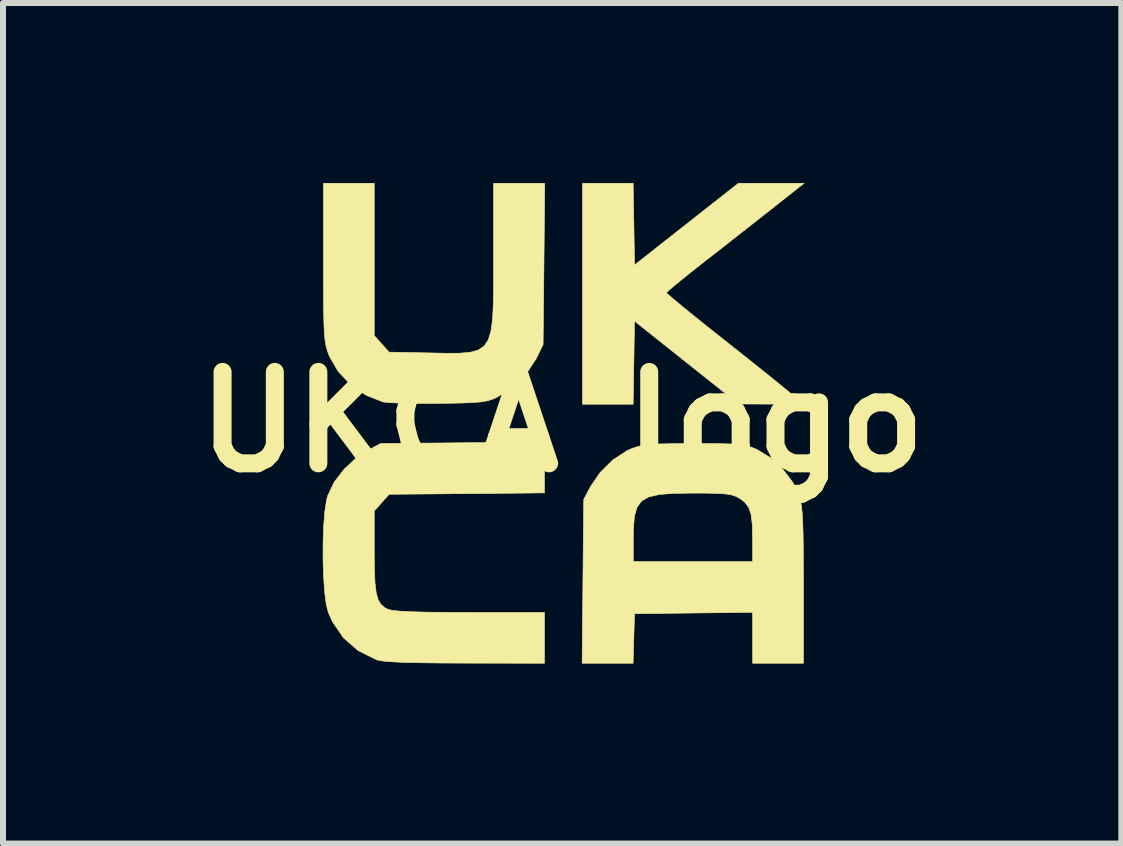
<source format=kicad_pcb>
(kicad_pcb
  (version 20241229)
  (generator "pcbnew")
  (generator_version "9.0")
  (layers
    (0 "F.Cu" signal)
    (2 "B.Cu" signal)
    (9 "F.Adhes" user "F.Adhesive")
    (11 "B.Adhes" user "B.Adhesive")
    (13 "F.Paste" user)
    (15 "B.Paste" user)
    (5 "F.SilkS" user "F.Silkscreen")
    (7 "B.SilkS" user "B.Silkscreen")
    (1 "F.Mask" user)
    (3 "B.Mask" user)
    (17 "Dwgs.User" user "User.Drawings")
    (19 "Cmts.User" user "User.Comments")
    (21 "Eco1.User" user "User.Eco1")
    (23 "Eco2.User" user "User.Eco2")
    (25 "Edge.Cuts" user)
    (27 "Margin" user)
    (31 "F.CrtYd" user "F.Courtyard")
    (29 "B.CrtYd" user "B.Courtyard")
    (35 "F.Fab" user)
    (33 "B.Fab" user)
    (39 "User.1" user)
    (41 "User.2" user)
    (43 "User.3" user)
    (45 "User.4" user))
  (footprint "UKCA logo"
    (layer "F.Cu")
    (at 6.321 3.984)
    (property "Reference" "UKCA logo" (at 0 0 0) (layer "F.SilkS") (effects (font (size 1.524 1.524) (thickness 0.3))))
    (attr through_hole)
    (fp_poly (pts (xy 1.195 -3.298) (xy 1.206 -2.616) (xy 2.072 -3.298) (xy 2.937 -3.979) (xy 4.032 -3.979) (xy 3.482 -3.545) (xy 3.247 -3.36) (xy 2.973 -3.145) (xy 2.69 -2.922) (xy 2.425 -2.716) (xy 2.336 -2.646) (xy 2.144 -2.495) (xy 1.978 -2.361) (xy 1.847 -2.254) (xy 1.764 -2.181) (xy 1.737 -2.153) (xy 1.769 -2.122) (xy 1.86 -2.044) (xy 2.001 -1.927) (xy 2.187 -1.776) (xy 2.408 -1.598) (xy 2.658 -1.4) (xy 2.856 -1.243) (xy 3.121 -1.033) (xy 3.365 -0.838) (xy 3.578 -0.666) (xy 3.753 -0.523) (xy 3.883 -0.415) (xy 3.96 -0.347) (xy 3.977 -0.328) (xy 3.939 -0.316) (xy 3.831 -0.306) (xy 3.671 -0.3) (xy 3.475 -0.298) (xy 3.461 -0.298) (xy 2.942 -0.3) (xy 2.074 -0.991) (xy 1.206 -1.682) (xy 1.183 -0.296) (xy 0.339 -0.296) (xy 0.339 -3.979) (xy 1.183 -3.979) (xy 1.195 -3.298)) (stroke (width 0.01) (type solid)) (fill yes) (layer "F.SilkS"))
    (fp_poly (pts (xy -0.296 1.182) (xy -1.591 1.194) (xy -2.886 1.206) (xy -3.009 1.345) (xy -3.133 1.483) (xy -3.133 2.162) (xy -3.13 2.459) (xy -3.12 2.684) (xy -3.1 2.848) (xy -3.067 2.964) (xy -3.018 3.044) (xy -2.951 3.099) (xy -2.901 3.124) (xy -2.831 3.141) (xy -2.698 3.154) (xy -2.497 3.164) (xy -2.225 3.171) (xy -1.877 3.174) (xy -1.543 3.175) (xy -0.296 3.175) (xy -0.296 4.022) (xy -1.619 4.02) (xy -2.033 4.018) (xy -2.369 4.014) (xy -2.634 4.008) (xy -2.835 3.998) (xy -2.979 3.986) (xy -3.071 3.97) (xy -3.095 3.963) (xy -3.398 3.813) (xy -3.644 3.6) (xy -3.831 3.327) (xy -3.899 3.173) (xy -3.934 3.031) (xy -3.96 2.824) (xy -3.977 2.571) (xy -3.986 2.292) (xy -3.985 2.007) (xy -3.975 1.733) (xy -3.956 1.492) (xy -3.927 1.302) (xy -3.908 1.229) (xy -3.8 1.003) (xy -3.631 0.783) (xy -3.422 0.59) (xy -3.243 0.474) (xy -3.027 0.36) (xy -0.296 0.333) (xy -0.296 1.182)) (stroke (width 0.01) (type solid)) (fill yes) (layer "F.SilkS"))
    (fp_poly (pts (xy -3.133 -1.441) (xy -3.009 -1.302) (xy -2.886 -1.164) (xy -2.208 -1.151) (xy -1.937 -1.145) (xy -1.716 -1.146) (xy -1.54 -1.16) (xy -1.405 -1.196) (xy -1.304 -1.262) (xy -1.233 -1.365) (xy -1.187 -1.513) (xy -1.16 -1.713) (xy -1.147 -1.974) (xy -1.143 -2.304) (xy -1.143 -2.71) (xy -1.143 -2.75) (xy -1.143 -3.979) (xy -0.291 -3.979) (xy -0.304 -2.635) (xy -0.318 -1.291) (xy -0.435 -1.052) (xy -0.614 -0.779) (xy -0.855 -0.552) (xy -1.095 -0.408) (xy -1.174 -0.375) (xy -1.256 -0.351) (xy -1.357 -0.334) (xy -1.492 -0.323) (xy -1.675 -0.316) (xy -1.921 -0.311) (xy -2.074 -0.31) (xy -2.332 -0.309) (xy -2.569 -0.311) (xy -2.768 -0.317) (xy -2.913 -0.325) (xy -2.985 -0.334) (xy -3.269 -0.446) (xy -3.525 -0.621) (xy -3.735 -0.844) (xy -3.882 -1.098) (xy -3.893 -1.127) (xy -3.917 -1.197) (xy -3.937 -1.27) (xy -3.952 -1.356) (xy -3.963 -1.466) (xy -3.97 -1.609) (xy -3.975 -1.797) (xy -3.978 -2.039) (xy -3.979 -2.347) (xy -3.979 -2.669) (xy -3.979 -3.979) (xy -3.133 -3.979) (xy -3.133 -1.441)) (stroke (width 0.01) (type solid)) (fill yes) (layer "F.SilkS"))
    (fp_poly (pts (xy 2.489 0.36) (xy 2.706 0.363) (xy 2.866 0.369) (xy 2.986 0.38) (xy 3.078 0.397) (xy 3.157 0.422) (xy 3.238 0.455) (xy 3.25 0.461) (xy 3.473 0.597) (xy 3.679 0.789) (xy 3.847 1.01) (xy 3.95 1.227) (xy 3.971 1.303) (xy 3.987 1.393) (xy 4 1.507) (xy 4.009 1.655) (xy 4.016 1.849) (xy 4.019 2.098) (xy 4.021 2.413) (xy 4.022 2.735) (xy 4.022 4.022) (xy 3.175 4.022) (xy 3.175 3.173) (xy 1.206 3.196) (xy 1.194 3.609) (xy 1.182 4.022) (xy 0.333 4.022) (xy 0.353 1.95) (xy 1.185 1.95) (xy 1.185 2.328) (xy 3.175 2.328) (xy 3.175 1.95) (xy 3.169 1.712) (xy 3.149 1.542) (xy 3.108 1.421) (xy 3.04 1.334) (xy 2.954 1.27) (xy 2.89 1.237) (xy 2.817 1.214) (xy 2.718 1.199) (xy 2.577 1.19) (xy 2.38 1.186) (xy 2.18 1.186) (xy 1.864 1.19) (xy 1.623 1.208) (xy 1.447 1.248) (xy 1.325 1.316) (xy 1.248 1.421) (xy 1.205 1.571) (xy 1.188 1.772) (xy 1.185 1.95) (xy 0.353 1.95) (xy 0.36 1.291) (xy 0.472 1.078) (xy 0.634 0.841) (xy 0.845 0.633) (xy 1.08 0.479) (xy 1.167 0.441) (xy 1.252 0.412) (xy 1.345 0.391) (xy 1.462 0.376) (xy 1.616 0.367) (xy 1.822 0.362) (xy 2.093 0.36) (xy 2.201 0.36) (xy 2.489 0.36)) (stroke (width 0.01) (type solid)) (fill yes) (layer "F.SilkS")))
  (gr_rect
    (start -3 -3)
    (end 15.642 11.011)
    (stroke (width 0.1) (type default))
    (fill no)
    (layer "Edge.Cuts")))
</source>
